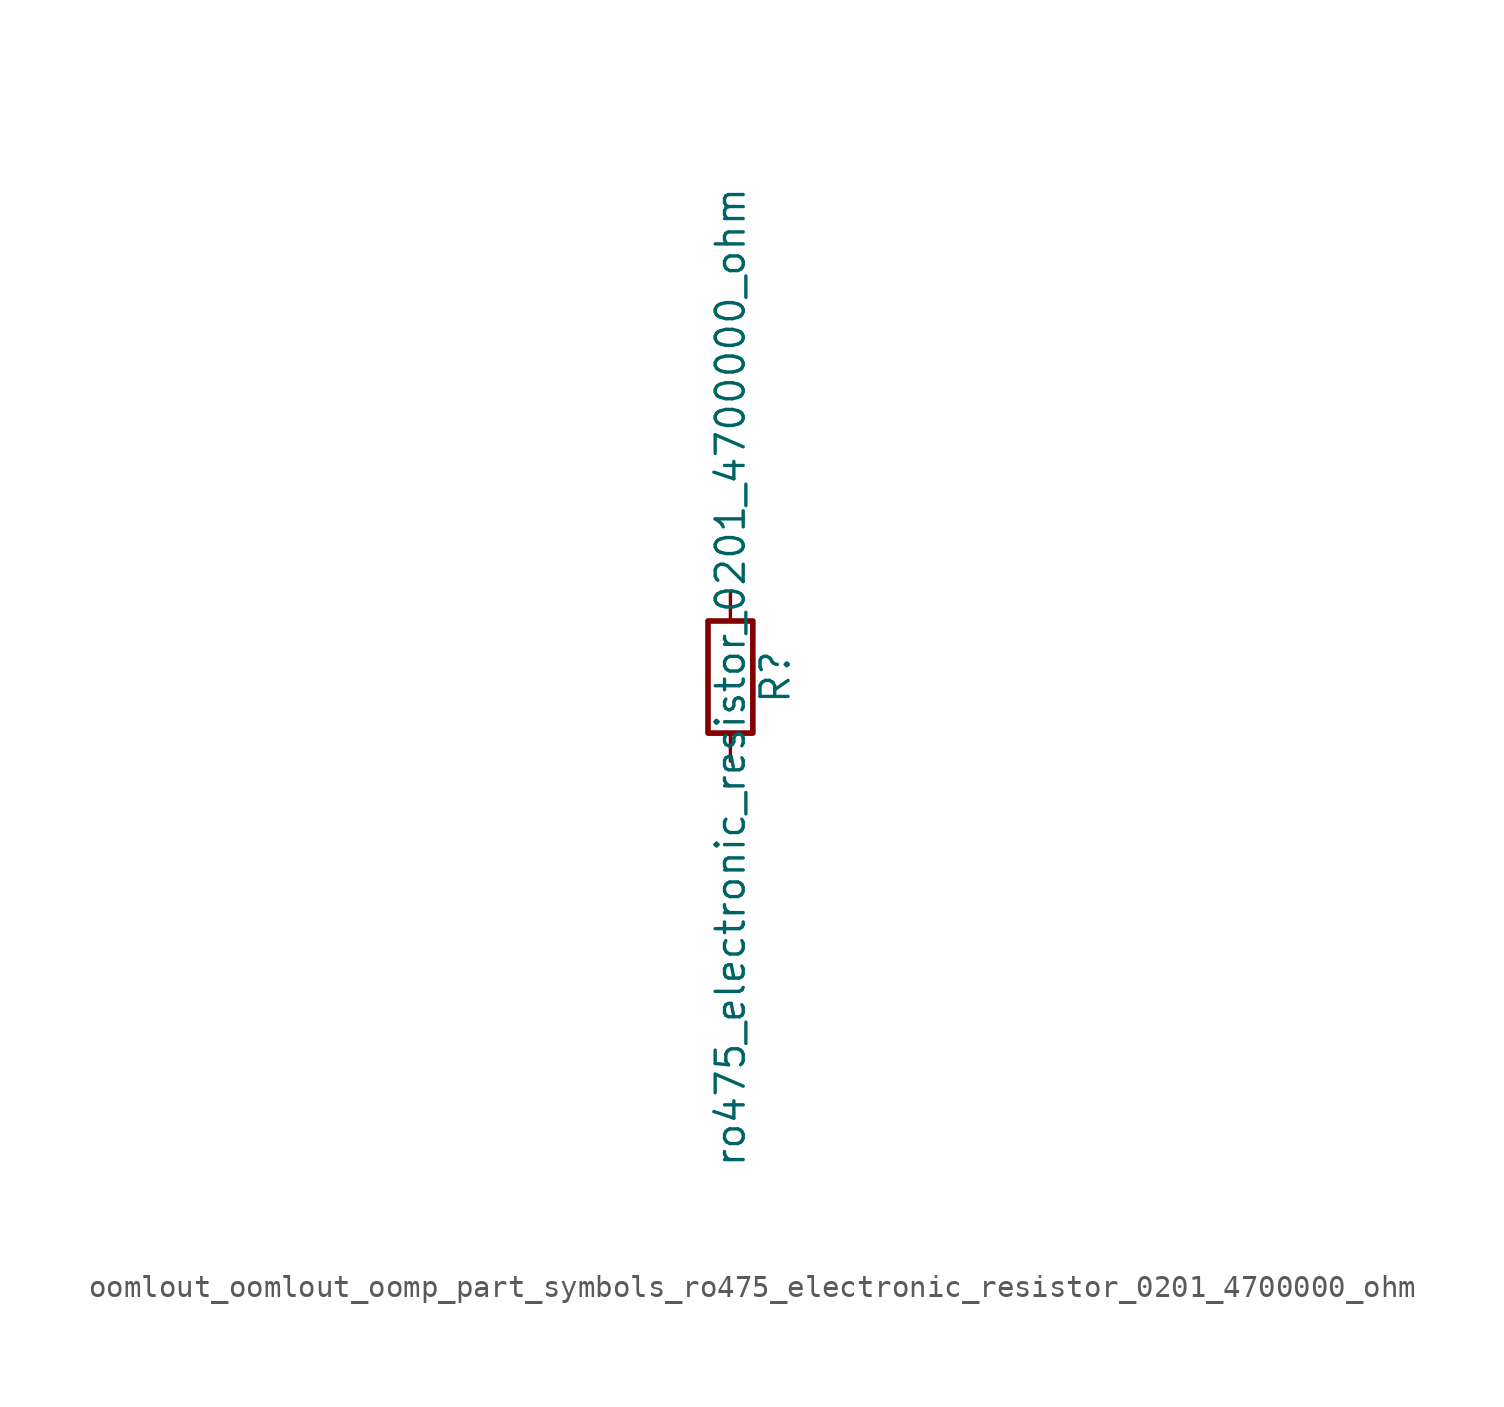
<source format=kicad_sym>
(kicad_symbol_lib
  (version 20220914)
  (generator kicad_symbol_editor)
  (symbol "oomlout_oomlout_oomp_part_symbols_ro475_electronic_resistor_0201_4700000_ohm"
    (pin_numbers hide)
    (pin_names
      (offset 0))
    (property "Reference" "R"
      (at 2.032 0 90)
      (effects (font (size 1.27 1.27))))
    (property "Value" "ro475_electronic_resistor_0201_4700000_ohm"
      (at 0 0 90)
      (effects (font (size 1.27 1.27))))
    (symbol "oomlout_oomlout_oomp_part_symbols_ro475_electronic_resistor_0201_4700000_ohm_0_1"
      (rectangle (start -1.016 -2.54) (end 1.016 2.54) (stroke (width 0.254) (type default)) (fill (type none))))
    (symbol "oomlout_oomlout_oomp_part_symbols_ro475_electronic_resistor_0201_4700000_ohm_1_1"
      (pin passive line (at 0 3.81 270) (length 1.27) (name "~" (effects (font (size 1.27 1.27)))) (number "1" (effects (font (size 1.27 1.27)))))
      (pin passive line (at 0 -3.81 90) (length 1.27) (name "~" (effects (font (size 1.27 1.27)))) (number "2" (effects (font (size 1.27 1.27))))))))
</source>
